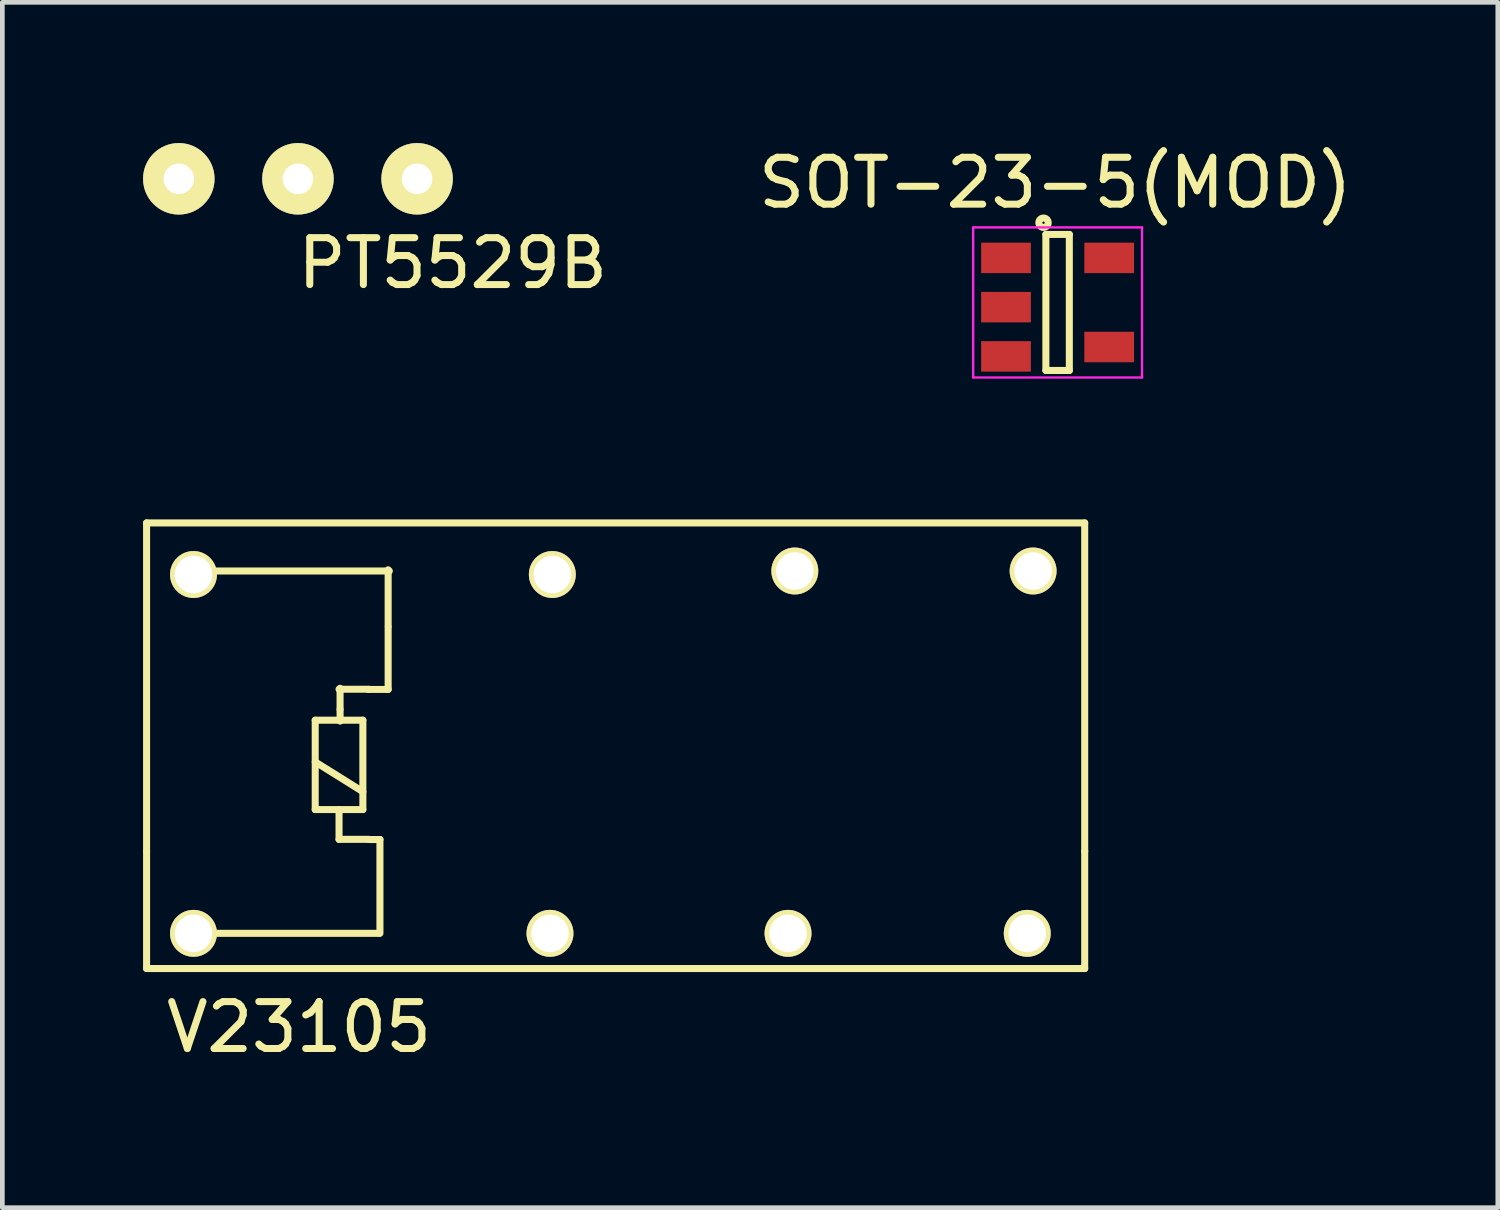
<source format=kicad_pcb>
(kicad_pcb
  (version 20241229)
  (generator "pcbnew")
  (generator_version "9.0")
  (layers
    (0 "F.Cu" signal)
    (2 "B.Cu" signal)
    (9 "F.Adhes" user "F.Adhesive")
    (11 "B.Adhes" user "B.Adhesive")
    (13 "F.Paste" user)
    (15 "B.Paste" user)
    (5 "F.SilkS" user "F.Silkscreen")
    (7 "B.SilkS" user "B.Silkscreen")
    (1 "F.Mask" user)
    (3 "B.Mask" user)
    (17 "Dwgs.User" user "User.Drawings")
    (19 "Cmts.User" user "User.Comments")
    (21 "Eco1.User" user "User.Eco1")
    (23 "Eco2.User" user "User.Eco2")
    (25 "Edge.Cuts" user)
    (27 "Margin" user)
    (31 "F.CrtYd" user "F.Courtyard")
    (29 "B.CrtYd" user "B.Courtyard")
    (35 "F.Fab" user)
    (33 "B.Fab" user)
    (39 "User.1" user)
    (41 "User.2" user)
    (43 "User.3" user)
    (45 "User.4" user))
  (footprint "PT5529B"
    (layer "F.Cu")
    (at 3.302 0.762)
    (property "Reference" "PT5529B" (at 3.3 1.8 0) (layer "F.SilkS") (effects (font (size 1 1) (thickness 0.15))))
    (attr through_hole)
    (pad "1" thru_hole circle (at -2.54 0) (size 1.524 1.524) (drill 0.65) (layers "*.Cu" "*.Mask" "F.SilkS"))
    (pad "2" thru_hole circle (at 0 0) (size 1.524 1.524) (drill 0.65) (layers "*.Cu" "*.Mask" "F.SilkS"))
    (pad "3" thru_hole circle (at 2.54 0) (size 1.524 1.524) (drill 0.65) (layers "*.Cu" "*.Mask" "F.SilkS")))
  (footprint "V23105"
    (layer "F.Cu")
    (at 1.075 16.848)
    (property "Reference" "V23105" (at 2.25 2 0) (layer "F.SilkS") (effects (font (size 1 1) (thickness 0.15))))
    (attr through_hole)
    (fp_line (start -1 -8.75) (end -1 -1.75) (stroke (width 0.15) (type solid)) (layer "F.SilkS"))
    (fp_line (start -1 -1.75) (end -1 0.75) (stroke (width 0.15) (type solid)) (layer "F.SilkS"))
    (fp_line (start -1 0.75) (end 19 0.75) (stroke (width 0.15) (type solid)) (layer "F.SilkS"))
    (fp_line (start 0 -7.725) (end 4.175 -7.725) (stroke (width 0.15) (type solid)) (layer "F.SilkS"))
    (fp_line (start 2.595 -4.544) (end 2.595 -2.639) (stroke (width 0.15) (type solid)) (layer "F.SilkS"))
    (fp_line (start 3.103 -2.004) (end 3.103 -2.639) (stroke (width 0.15) (type solid)) (layer "F.SilkS"))
    (fp_line (start 3.125 -5.225) (end 3.125 -4.775) (stroke (width 0.15) (type solid)) (layer "F.SilkS"))
    (fp_line (start 3.125 -4.525) (end 3.125 -4.775) (stroke (width 0.15) (type solid)) (layer "F.SilkS"))
    (fp_line (start 3.611 -4.544) (end 2.595 -4.544) (stroke (width 0.15) (type solid)) (layer "F.SilkS"))
    (fp_line (start 3.611 -3.02) (end 2.595 -3.655) (stroke (width 0.15) (type solid)) (layer "F.SilkS"))
    (fp_line (start 3.611 -2.639) (end 2.595 -2.639) (stroke (width 0.15) (type solid)) (layer "F.SilkS"))
    (fp_line (start 3.611 -2.639) (end 3.611 -4.544) (stroke (width 0.15) (type solid)) (layer "F.SilkS"))
    (fp_line (start 3.738 -5.204) (end 3.103 -5.204) (stroke (width 0.15) (type solid)) (layer "F.SilkS"))
    (fp_line (start 3.738 -2.004) (end 3.103 -2.004) (stroke (width 0.15) (type solid)) (layer "F.SilkS"))
    (fp_line (start 3.75 -2) (end 3.975 -2) (stroke (width 0.15) (type solid)) (layer "F.SilkS"))
    (fp_line (start 3.95 0) (end 0 0) (stroke (width 0.15) (type solid)) (layer "F.SilkS"))
    (fp_line (start 3.975 -2) (end 3.975 0) (stroke (width 0.15) (type solid)) (layer "F.SilkS"))
    (fp_line (start 4.15 -6.55) (end 4.15 -7.75) (stroke (width 0.15) (type solid)) (layer "F.SilkS"))
    (fp_line (start 4.15 -6.525) (end 4.15 -5.2) (stroke (width 0.15) (type solid)) (layer "F.SilkS"))
    (fp_line (start 4.15 -5.2) (end 3.725 -5.2) (stroke (width 0.15) (type solid)) (layer "F.SilkS"))
    (fp_line (start 19 -8.75) (end -1 -8.75) (stroke (width 0.15) (type solid)) (layer "F.SilkS"))
    (fp_line (start 19 -1.75) (end 19 -8.75) (stroke (width 0.15) (type solid)) (layer "F.SilkS"))
    (fp_line (start 19 -1.75) (end 19 0.75) (stroke (width 0.15) (type solid)) (layer "F.SilkS"))
    (pad "1" thru_hole circle (at 0 0 270) (size 1 1) (drill 0.8) (layers "*.Cu" "*.Mask" "F.SilkS"))
    (pad "4" thru_hole circle (at 7.6 0 270) (size 1 1) (drill 0.8) (layers "*.Cu" "*.Mask" "F.SilkS"))
    (pad "6" thru_hole circle (at 12.675 0 270) (size 1 1) (drill 0.8) (layers "*.Cu" "*.Mask" "F.SilkS"))
    (pad "8" thru_hole circle (at 17.775 0 270) (size 1 1) (drill 0.8) (layers "*.Cu" "*.Mask" "F.SilkS"))
    (pad "9" thru_hole circle (at 17.9 -7.725 270) (size 1 1) (drill 0.8) (layers "*.Cu" "*.Mask" "F.SilkS"))
    (pad "11" thru_hole circle (at 12.82 -7.725 270) (size 1 1) (drill 0.8) (layers "*.Cu" "*.Mask" "F.SilkS"))
    (pad "13" thru_hole circle (at 7.65 -7.65 270) (size 1 1) (drill 0.8) (layers "*.Cu" "*.Mask" "F.SilkS"))
    (pad "16" thru_hole circle (at 0 -7.65 270) (size 1 1) (drill 0.8) (layers "*.Cu" "*.Mask" "F.SilkS")))
  (footprint "SOT-23-5(MOD)"
    (layer "F.Cu")
    (at 19.497 3.398)
    (property "Reference" "SOT-23-5(MOD)" (at -0.05 -2.55 0) (layer "F.SilkS") (effects (font (size 1 1) (thickness 0.15))))
    (attr smd)
    (fp_line (start -0.25 -1.45) (end -0.25 1.45) (stroke (width 0.15) (type solid)) (layer "F.SilkS"))
    (fp_line (start -0.25 1.45) (end 0.25 1.45) (stroke (width 0.15) (type solid)) (layer "F.SilkS"))
    (fp_line (start 0.25 -1.45) (end -0.25 -1.45) (stroke (width 0.15) (type solid)) (layer "F.SilkS"))
    (fp_line (start 0.25 1.45) (end 0.25 -1.45) (stroke (width 0.15) (type solid)) (layer "F.SilkS"))
    (fp_circle (center -0.3 -1.7) (end -0.2 -1.7) (stroke (width 0.15) (type solid)) (fill no) (layer "F.SilkS"))
    (fp_line (start -1.8 -1.6) (end 1.8 -1.6) (stroke (width 0.05) (type solid)) (layer "F.CrtYd"))
    (fp_line (start -1.8 1.6) (end -1.8 -1.6) (stroke (width 0.05) (type solid)) (layer "F.CrtYd"))
    (fp_line (start 1.8 -1.6) (end 1.8 1.6) (stroke (width 0.05) (type solid)) (layer "F.CrtYd"))
    (fp_line (start 1.8 1.6) (end -1.8 1.6) (stroke (width 0.05) (type solid)) (layer "F.CrtYd"))
    (pad "1" smd rect (at -1.1 -0.95) (size 1.06 0.65) (layers "F.Cu" "F.Mask" "F.Paste"))
    (pad "2" smd rect (at -1.1 0.1) (size 1.06 0.65) (layers "F.Cu" "F.Mask" "F.Paste"))
    (pad "3" smd rect (at -1.1 1.15) (size 1.06 0.65) (layers "F.Cu" "F.Mask" "F.Paste"))
    (pad "4" smd rect (at 1.1 0.95) (size 1.06 0.65) (layers "F.Cu" "F.Mask" "F.Paste"))
    (pad "5" smd rect (at 1.1 -0.95) (size 1.06 0.65) (layers "F.Cu" "F.Mask" "F.Paste")))
  (gr_rect
    (start -3 -3)
    (end 28.882 22.697)
    (stroke (width 0.1) (type default))
    (fill no)
    (layer "Edge.Cuts")))
</source>
